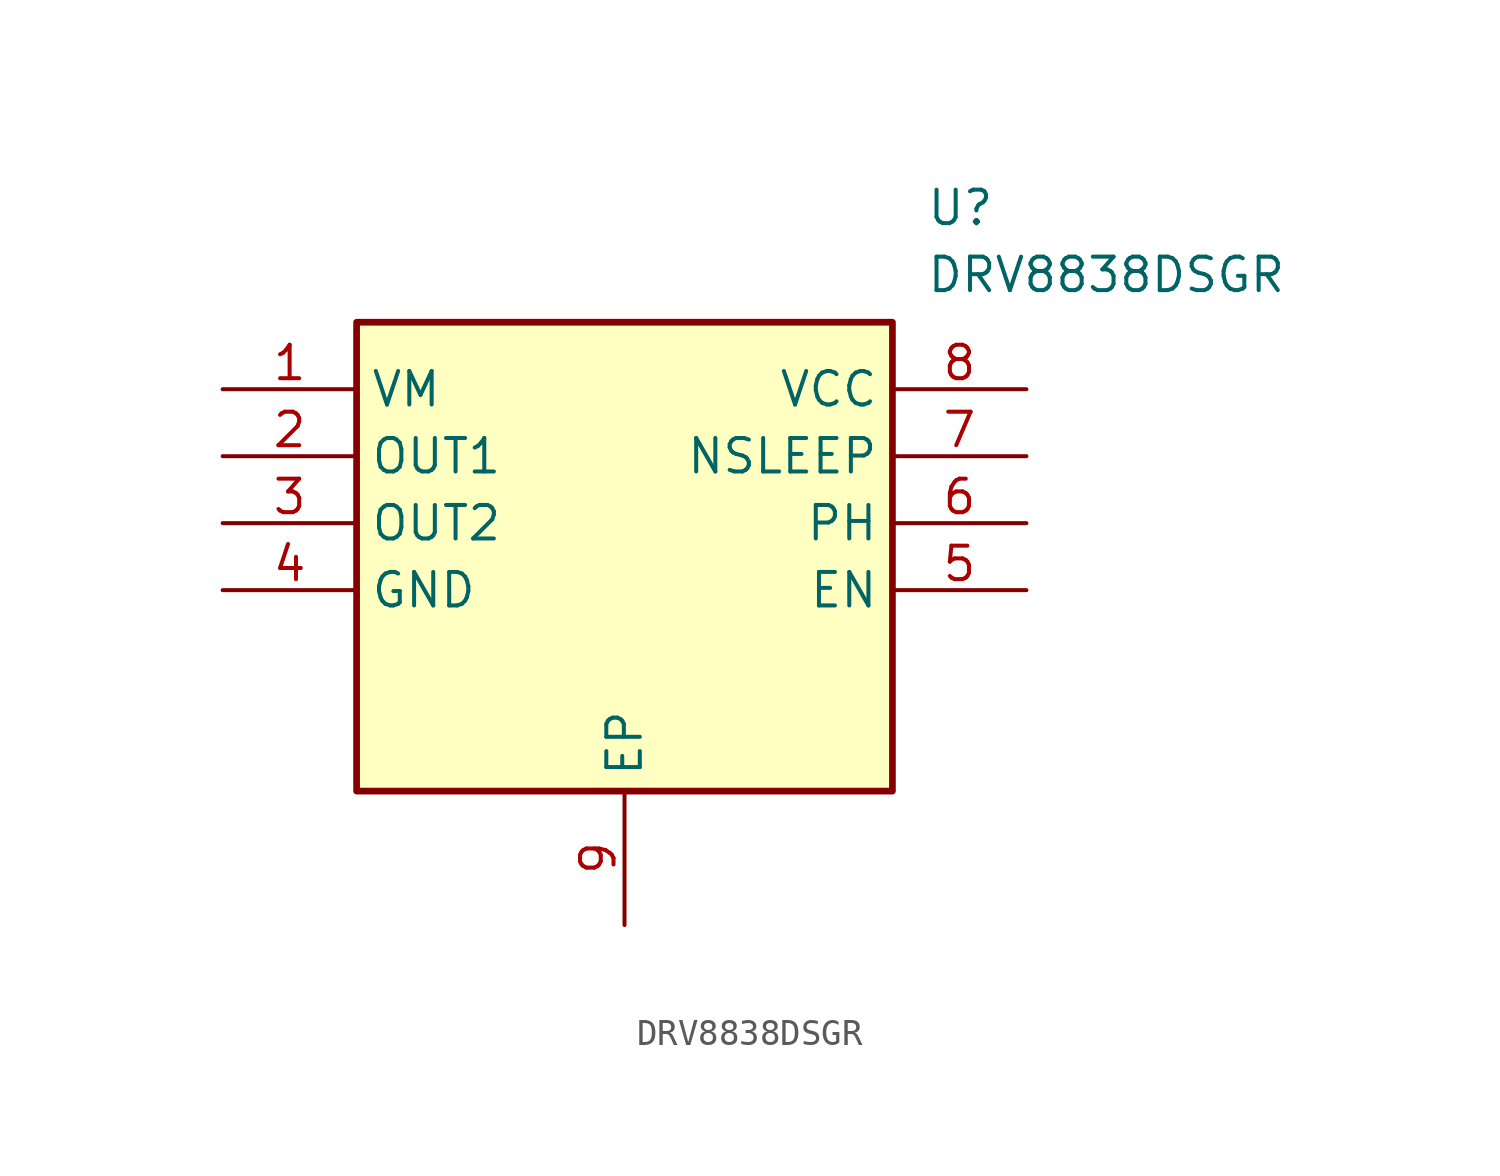
<source format=kicad_sym>
(kicad_symbol_lib
  (version 20211014)
  (generator SamacSys_ECAD_Model)
  (symbol "DRV8838DSGR"
    (property "Reference" "U"
      (at 26.67 7.62 0)
      (effects (font (size 1.27 1.27)) (justify left top)))
    (property "Value" "DRV8838DSGR"
      (at 26.67 5.08 0)
      (effects (font (size 1.27 1.27)) (justify left top)))
    (rectangle
      (start 5.08 2.54)
      (end 25.4 -15.24)
      (stroke (width 0.254) (type default))
      (fill (type background)))
    (pin power_in line
      (at 0 0 0)
      (length 5.08)
      (name "VM" (effects (font (size 1.27 1.27))))
      (number "1" (effects (font (size 1.27 1.27)))))
    (pin power_in line
      (at 0 -2.54 0)
      (length 5.08)
      (name "OUT1" (effects (font (size 1.27 1.27))))
      (number "2" (effects (font (size 1.27 1.27)))))
    (pin input line
      (at 0 -5.08 0)
      (length 5.08)
      (name "OUT2" (effects (font (size 1.27 1.27))))
      (number "3" (effects (font (size 1.27 1.27)))))
    (pin input line
      (at 0 -7.62 0)
      (length 5.08)
      (name "GND" (effects (font (size 1.27 1.27))))
      (number "4" (effects (font (size 1.27 1.27)))))
    (pin output line
      (at 15.24 -20.32 90)
      (length 5.08)
      (name "EP" (effects (font (size 1.27 1.27))))
      (number "9" (effects (font (size 1.27 1.27)))))
    (pin output line
      (at 30.48 0 180)
      (length 5.08)
      (name "VCC" (effects (font (size 1.27 1.27))))
      (number "8" (effects (font (size 1.27 1.27)))))
    (pin power_in line
      (at 30.48 -2.54 180)
      (length 5.08)
      (name "NSLEEP" (effects (font (size 1.27 1.27))))
      (number "7" (effects (font (size 1.27 1.27)))))
    (pin power_in line
      (at 30.48 -5.08 180)
      (length 5.08)
      (name "PH" (effects (font (size 1.27 1.27))))
      (number "6" (effects (font (size 1.27 1.27)))))
    (pin input line
      (at 30.48 -7.62 180)
      (length 5.08)
      (name "EN" (effects (font (size 1.27 1.27))))
      (number "5" (effects (font (size 1.27 1.27)))))))
</source>
